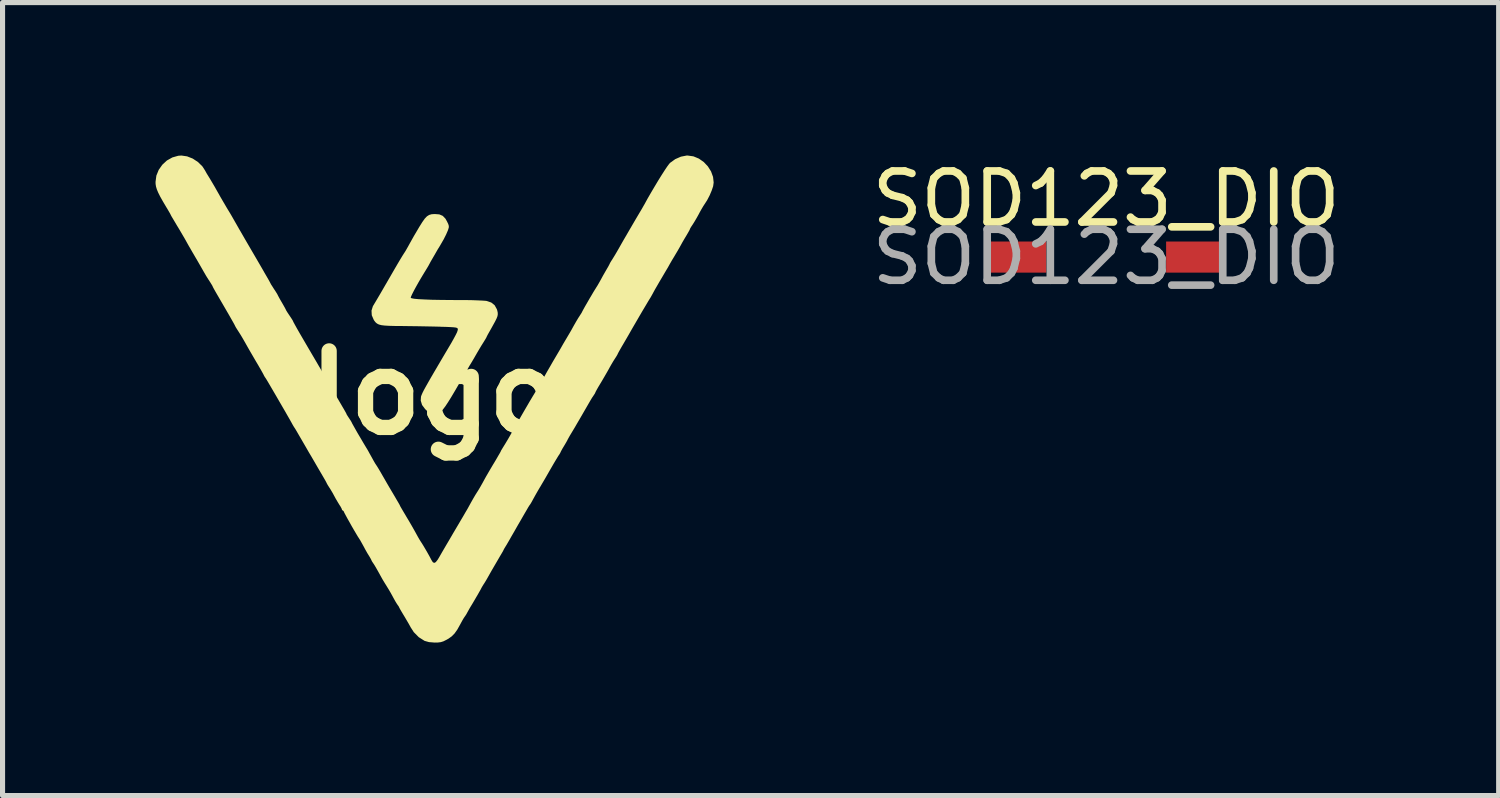
<source format=kicad_pcb>
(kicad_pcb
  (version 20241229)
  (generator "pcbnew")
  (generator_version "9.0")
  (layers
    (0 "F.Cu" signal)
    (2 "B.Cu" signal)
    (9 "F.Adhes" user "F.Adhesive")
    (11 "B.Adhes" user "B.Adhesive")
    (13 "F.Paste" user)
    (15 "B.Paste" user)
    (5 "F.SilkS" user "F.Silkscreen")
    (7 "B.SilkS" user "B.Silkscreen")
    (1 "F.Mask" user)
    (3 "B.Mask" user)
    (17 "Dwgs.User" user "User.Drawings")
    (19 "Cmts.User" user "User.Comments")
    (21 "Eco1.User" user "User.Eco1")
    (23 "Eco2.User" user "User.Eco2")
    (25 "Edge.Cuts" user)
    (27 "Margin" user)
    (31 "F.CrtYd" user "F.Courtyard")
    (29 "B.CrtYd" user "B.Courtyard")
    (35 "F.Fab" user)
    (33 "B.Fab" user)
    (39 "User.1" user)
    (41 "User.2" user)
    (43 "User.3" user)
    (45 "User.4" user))
  (footprint "logo"
    (layer "F.Cu")
    (at 5.475 4.653)
    (property "Reference" "logo" (at 0 0 0) (layer "F.SilkS") (effects (font (size 1.5 1.5) (thickness 0.3))))
    (attr board_only exclude_from_pos_files exclude_from_bom)
    (fp_poly (pts (xy 0.09 -3.499) (xy 0.157 -3.47) (xy 0.209 -3.416) (xy 0.239 -3.363) (xy 0.265 -3.309) (xy 0.276 -3.272) (xy 0.275 -3.24) (xy 0.262 -3.198) (xy 0.258 -3.186) (xy 0.224 -3.107) (xy 0.175 -3.01) (xy 0.115 -2.906) (xy 0.088 -2.86) (xy 0.062 -2.819) (xy 0.028 -2.76) (xy -0.011 -2.692) (xy -0.05 -2.625) (xy -0.083 -2.568) (xy -0.104 -2.528) (xy -0.109 -2.519) (xy -0.123 -2.493) (xy -0.151 -2.446) (xy -0.188 -2.385) (xy -0.208 -2.353) (xy -0.261 -2.265) (xy -0.315 -2.173) (xy -0.365 -2.084) (xy -0.409 -2.003) (xy -0.443 -1.936) (xy -0.465 -1.887) (xy -0.472 -1.865) (xy -0.455 -1.855) (xy -0.404 -1.845) (xy -0.32 -1.837) (xy -0.205 -1.831) (xy -0.06 -1.825) (xy 0.115 -1.822) (xy 0.318 -1.82) (xy 0.49 -1.819) (xy 0.616 -1.819) (xy 0.735 -1.817) (xy 0.841 -1.813) (xy 0.929 -1.809) (xy 0.992 -1.805) (xy 1.016 -1.802) (xy 1.108 -1.771) (xy 1.175 -1.717) (xy 1.218 -1.639) (xy 1.225 -1.617) (xy 1.234 -1.578) (xy 1.236 -1.542) (xy 1.23 -1.504) (xy 1.212 -1.457) (xy 1.181 -1.395) (xy 1.135 -1.312) (xy 1.108 -1.263) (xy 1.07 -1.196) (xy 1.039 -1.141) (xy 1.02 -1.104) (xy 1.015 -1.092) (xy 1.006 -1.074) (xy 0.983 -1.036) (xy 0.956 -0.992) (xy 0.918 -0.932) (xy 0.872 -0.855) (xy 0.827 -0.779) (xy 0.822 -0.77) (xy 0.775 -0.688) (xy 0.722 -0.598) (xy 0.674 -0.519) (xy 0.673 -0.516) (xy 0.634 -0.45) (xy 0.584 -0.365) (xy 0.531 -0.274) (xy 0.49 -0.201) (xy 0.399 -0.044) (xy 0.323 0.084) (xy 0.26 0.185) (xy 0.209 0.262) (xy 0.169 0.315) (xy 0.137 0.348) (xy 0.121 0.359) (xy 0.075 0.374) (xy 0.012 0.383) (xy -0.025 0.385) (xy -0.085 0.383) (xy -0.125 0.371) (xy -0.162 0.345) (xy -0.19 0.317) (xy -0.249 0.238) (xy -0.275 0.152) (xy -0.27 0.075) (xy -0.263 0.054) (xy -0.252 0.027) (xy -0.236 -0.009) (xy -0.212 -0.056) (xy -0.179 -0.116) (xy -0.136 -0.192) (xy -0.082 -0.287) (xy -0.015 -0.402) (xy 0.066 -0.54) (xy 0.163 -0.705) (xy 0.253 -0.857) (xy 0.323 -0.975) (xy 0.375 -1.068) (xy 0.412 -1.137) (xy 0.437 -1.188) (xy 0.449 -1.224) (xy 0.453 -1.248) (xy 0.452 -1.253) (xy 0.447 -1.264) (xy 0.436 -1.273) (xy 0.412 -1.28) (xy 0.372 -1.285) (xy 0.311 -1.289) (xy 0.224 -1.293) (xy 0.107 -1.296) (xy 0.105 -1.297) (xy -0.023 -1.3) (xy -0.174 -1.303) (xy -0.335 -1.306) (xy -0.493 -1.308) (xy -0.635 -1.31) (xy -0.779 -1.311) (xy -0.893 -1.314) (xy -0.981 -1.319) (xy -1.047 -1.327) (xy -1.096 -1.34) (xy -1.133 -1.359) (xy -1.161 -1.383) (xy -1.186 -1.415) (xy -1.197 -1.433) (xy -1.235 -1.521) (xy -1.24 -1.613) (xy -1.213 -1.699) (xy -1.204 -1.714) (xy -1.168 -1.774) (xy -1.117 -1.86) (xy -1.053 -1.969) (xy -0.979 -2.097) (xy -0.896 -2.24) (xy -0.866 -2.292) (xy -0.788 -2.427) (xy -0.725 -2.535) (xy -0.675 -2.619) (xy -0.637 -2.682) (xy -0.608 -2.728) (xy -0.596 -2.746) (xy -0.573 -2.782) (xy -0.541 -2.838) (xy -0.504 -2.904) (xy -0.495 -2.921) (xy -0.457 -2.989) (xy -0.408 -3.076) (xy -0.353 -3.169) (xy -0.303 -3.254) (xy -0.244 -3.348) (xy -0.196 -3.416) (xy -0.153 -3.461) (xy -0.11 -3.488) (xy -0.062 -3.502) (xy -0.003 -3.506) (xy 0 -3.506)) (stroke (width 0) (type solid)) (fill yes) (layer "F.SilkS"))
    (fp_poly (pts (xy 5.073 -4.637) (xy 5.179 -4.593) (xy 5.275 -4.526) (xy 5.356 -4.44) (xy 5.418 -4.341) (xy 5.457 -4.234) (xy 5.469 -4.125) (xy 5.459 -4.051) (xy 5.431 -3.968) (xy 5.39 -3.871) (xy 5.341 -3.777) (xy 5.292 -3.701) (xy 5.291 -3.7) (xy 5.265 -3.66) (xy 5.229 -3.599) (xy 5.191 -3.531) (xy 5.181 -3.511) (xy 5.14 -3.437) (xy 5.098 -3.365) (xy 5.062 -3.307) (xy 5.056 -3.298) (xy 5.026 -3.253) (xy 5.007 -3.22) (xy 5.003 -3.209) (xy 4.995 -3.19) (xy 4.972 -3.149) (xy 4.943 -3.099) (xy 4.901 -3.029) (xy 4.857 -2.954) (xy 4.833 -2.91) (xy 4.802 -2.854) (xy 4.76 -2.781) (xy 4.713 -2.702) (xy 4.693 -2.668) (xy 4.654 -2.604) (xy 4.624 -2.552) (xy 4.605 -2.519) (xy 4.601 -2.511) (xy 4.592 -2.495) (xy 4.569 -2.454) (xy 4.533 -2.394) (xy 4.489 -2.319) (xy 4.456 -2.263) (xy 4.405 -2.177) (xy 4.359 -2.097) (xy 4.32 -2.03) (xy 4.294 -1.983) (xy 4.286 -1.968) (xy 4.26 -1.92) (xy 4.227 -1.862) (xy 4.216 -1.845) (xy 4.184 -1.793) (xy 4.138 -1.715) (xy 4.08 -1.618) (xy 4.015 -1.507) (xy 3.946 -1.388) (xy 3.875 -1.266) (xy 3.807 -1.147) (xy 3.798 -1.131) (xy 3.77 -1.083) (xy 3.731 -1.016) (xy 3.688 -0.942) (xy 3.671 -0.914) (xy 3.635 -0.851) (xy 3.606 -0.799) (xy 3.589 -0.767) (xy 3.586 -0.759) (xy 3.577 -0.741) (xy 3.554 -0.703) (xy 3.537 -0.677) (xy 3.503 -0.624) (xy 3.462 -0.555) (xy 3.422 -0.484) (xy 3.421 -0.481) (xy 3.382 -0.412) (xy 3.333 -0.327) (xy 3.281 -0.238) (xy 3.251 -0.188) (xy 3.21 -0.12) (xy 3.177 -0.062) (xy 3.156 -0.023) (xy 3.149 -0.007) (xy 3.14 0.013) (xy 3.117 0.048) (xy 3.116 0.05) (xy 3.084 0.097) (xy 3.051 0.152) (xy 3.048 0.157) (xy 2.962 0.306) (xy 2.892 0.427) (xy 2.834 0.527) (xy 2.787 0.607) (xy 2.749 0.673) (xy 2.716 0.728) (xy 2.687 0.776) (xy 2.683 0.783) (xy 2.648 0.841) (xy 2.622 0.887) (xy 2.608 0.913) (xy 2.606 0.916) (xy 2.598 0.934) (xy 2.576 0.973) (xy 2.544 1.027) (xy 2.537 1.039) (xy 2.503 1.095) (xy 2.479 1.139) (xy 2.467 1.163) (xy 2.467 1.165) (xy 2.457 1.185) (xy 2.435 1.22) (xy 2.432 1.223) (xy 2.412 1.255) (xy 2.378 1.311) (xy 2.335 1.383) (xy 2.287 1.466) (xy 2.269 1.497) (xy 2.215 1.591) (xy 2.16 1.687) (xy 2.108 1.775) (xy 2.067 1.845) (xy 2.061 1.854) (xy 2.017 1.929) (xy 1.972 2.008) (xy 1.936 2.073) (xy 1.931 2.082) (xy 1.903 2.134) (xy 1.881 2.172) (xy 1.871 2.187) (xy 1.857 2.206) (xy 1.833 2.244) (xy 1.821 2.265) (xy 1.788 2.322) (xy 1.743 2.399) (xy 1.692 2.488) (xy 1.637 2.582) (xy 1.584 2.675) (xy 1.536 2.759) (xy 1.497 2.826) (xy 1.473 2.869) (xy 1.437 2.931) (xy 1.4 2.994) (xy 1.388 3.013) (xy 1.363 3.054) (xy 1.349 3.081) (xy 1.347 3.085) (xy 1.339 3.102) (xy 1.316 3.142) (xy 1.282 3.199) (xy 1.253 3.249) (xy 1.113 3.489) (xy 1.024 3.647) (xy 1.003 3.683) (xy 0.973 3.732) (xy 0.957 3.756) (xy 0.93 3.8) (xy 0.913 3.83) (xy 0.91 3.837) (xy 0.901 3.854) (xy 0.879 3.893) (xy 0.848 3.948) (xy 0.811 4.011) (xy 0.773 4.076) (xy 0.739 4.134) (xy 0.711 4.18) (xy 0.7 4.198) (xy 0.681 4.23) (xy 0.655 4.277) (xy 0.645 4.295) (xy 0.618 4.344) (xy 0.593 4.382) (xy 0.586 4.391) (xy 0.568 4.418) (xy 0.539 4.467) (xy 0.506 4.528) (xy 0.498 4.543) (xy 0.442 4.643) (xy 0.389 4.718) (xy 0.334 4.774) (xy 0.27 4.82) (xy 0.231 4.842) (xy 0.169 4.873) (xy 0.117 4.889) (xy 0.059 4.896) (xy -0.002 4.897) (xy -0.113 4.888) (xy -0.195 4.865) (xy -0.199 4.864) (xy -0.313 4.792) (xy -0.411 4.693) (xy -0.471 4.6) (xy -0.509 4.531) (xy -0.557 4.449) (xy -0.605 4.368) (xy -0.615 4.352) (xy -0.652 4.29) (xy -0.681 4.24) (xy -0.697 4.209) (xy -0.7 4.203) (xy -0.71 4.183) (xy -0.724 4.165) (xy -0.743 4.137) (xy -0.773 4.088) (xy -0.808 4.025) (xy -0.823 3.997) (xy -0.863 3.924) (xy -0.904 3.854) (xy -0.938 3.799) (xy -0.945 3.787) (xy -0.979 3.733) (xy -1.02 3.665) (xy -1.05 3.612) (xy -1.099 3.523) (xy -1.135 3.459) (xy -1.161 3.414) (xy -1.18 3.382) (xy -1.196 3.357) (xy -1.209 3.338) (xy -1.232 3.303) (xy -1.242 3.282) (xy -1.242 3.281) (xy -1.251 3.262) (xy -1.273 3.223) (xy -1.289 3.197) (xy -1.323 3.142) (xy -1.363 3.071) (xy -1.396 3.009) (xy -1.431 2.946) (xy -1.463 2.889) (xy -1.487 2.851) (xy -1.487 2.851) (xy -1.51 2.816) (xy -1.543 2.76) (xy -1.584 2.691) (xy -1.629 2.613) (xy -1.673 2.534) (xy -1.715 2.46) (xy -1.749 2.397) (xy -1.774 2.35) (xy -1.784 2.326) (xy -1.784 2.325) (xy -1.798 2.31) (xy -1.802 2.309) (xy -1.819 2.296) (xy -1.819 2.29) (xy -1.828 2.266) (xy -1.851 2.224) (xy -1.868 2.199) (xy -1.904 2.14) (xy -1.945 2.07) (xy -1.967 2.029) (xy -2.004 1.961) (xy -2.045 1.892) (xy -2.067 1.858) (xy -2.095 1.814) (xy -2.113 1.783) (xy -2.117 1.775) (xy -2.125 1.758) (xy -2.147 1.717) (xy -2.18 1.66) (xy -2.207 1.614) (xy -2.29 1.472) (xy -2.359 1.353) (xy -2.417 1.253) (xy -2.469 1.166) (xy -2.516 1.084) (xy -2.563 1.003) (xy -2.607 0.927) (xy -2.653 0.848) (xy -2.693 0.779) (xy -2.724 0.726) (xy -2.743 0.695) (xy -2.746 0.691) (xy -2.762 0.667) (xy -2.788 0.623) (xy -2.808 0.586) (xy -2.823 0.56) (xy -2.841 0.527) (xy -2.864 0.487) (xy -2.894 0.435) (xy -2.932 0.368) (xy -2.981 0.284) (xy -3.042 0.179) (xy -3.116 0.051) (xy -3.206 -0.103) (xy -3.243 -0.166) (xy -3.277 -0.224) (xy -3.305 -0.27) (xy -3.321 -0.295) (xy -3.323 -0.297) (xy -3.337 -0.318) (xy -3.357 -0.355) (xy -3.358 -0.359) (xy -3.38 -0.399) (xy -3.413 -0.458) (xy -3.451 -0.523) (xy -3.457 -0.534) (xy -3.518 -0.637) (xy -3.572 -0.73) (xy -3.628 -0.826) (xy -3.692 -0.938) (xy -3.7 -0.953) (xy -3.745 -1.032) (xy -3.778 -1.089) (xy -3.805 -1.134) (xy -3.831 -1.175) (xy -3.861 -1.222) (xy -3.87 -1.236) (xy -3.898 -1.28) (xy -3.915 -1.311) (xy -3.918 -1.318) (xy -3.927 -1.336) (xy -3.95 -1.378) (xy -3.985 -1.44) (xy -4.029 -1.517) (xy -4.069 -1.586) (xy -4.149 -1.724) (xy -4.213 -1.834) (xy -4.263 -1.92) (xy -4.3 -1.984) (xy -4.326 -2.03) (xy -4.343 -2.061) (xy -4.352 -2.079) (xy -4.356 -2.088) (xy -4.356 -2.089) (xy -4.365 -2.107) (xy -4.388 -2.144) (xy -4.406 -2.173) (xy -4.444 -2.231) (xy -4.481 -2.29) (xy -4.492 -2.309) (xy -4.524 -2.364) (xy -4.565 -2.436) (xy -4.612 -2.518) (xy -4.661 -2.603) (xy -4.708 -2.683) (xy -4.749 -2.753) (xy -4.779 -2.805) (xy -4.794 -2.832) (xy -4.818 -2.872) (xy -4.85 -2.929) (xy -4.875 -2.974) (xy -4.904 -3.026) (xy -4.947 -3.099) (xy -4.996 -3.183) (xy -5.048 -3.269) (xy -5.053 -3.277) (xy -5.098 -3.353) (xy -5.136 -3.417) (xy -5.164 -3.464) (xy -5.177 -3.489) (xy -5.178 -3.491) (xy -5.186 -3.508) (xy -5.209 -3.548) (xy -5.241 -3.603) (xy -5.26 -3.634) (xy -5.331 -3.754) (xy -5.385 -3.85) (xy -5.424 -3.928) (xy -5.45 -3.991) (xy -5.466 -4.045) (xy -5.474 -4.096) (xy -5.475 -4.137) (xy -5.459 -4.259) (xy -5.413 -4.372) (xy -5.342 -4.473) (xy -5.252 -4.556) (xy -5.145 -4.616) (xy -5.029 -4.649) (xy -4.966 -4.653) (xy -4.856 -4.637) (xy -4.745 -4.593) (xy -4.642 -4.525) (xy -4.556 -4.44) (xy -4.505 -4.361) (xy -4.473 -4.303) (xy -4.434 -4.24) (xy -4.425 -4.225) (xy -4.4 -4.184) (xy -4.362 -4.12) (xy -4.316 -4.042) (xy -4.267 -3.955) (xy -4.251 -3.927) (xy -4.199 -3.835) (xy -4.146 -3.744) (xy -4.098 -3.662) (xy -4.061 -3.599) (xy -4.054 -3.588) (xy -4.013 -3.521) (xy -3.974 -3.454) (xy -3.946 -3.405) (xy -3.92 -3.359) (xy -3.882 -3.293) (xy -3.839 -3.217) (xy -3.809 -3.166) (xy -3.718 -3.008) (xy -3.641 -2.876) (xy -3.577 -2.766) (xy -3.522 -2.672) (xy -3.475 -2.591) (xy -3.433 -2.519) (xy -3.393 -2.45) (xy -3.353 -2.381) (xy -3.344 -2.364) (xy -3.299 -2.287) (xy -3.261 -2.221) (xy -3.234 -2.172) (xy -3.22 -2.145) (xy -3.219 -2.143) (xy -3.21 -2.126) (xy -3.186 -2.089) (xy -3.153 -2.037) (xy -3.149 -2.031) (xy -3.115 -1.979) (xy -3.09 -1.938) (xy -3.079 -1.918) (xy -3.079 -1.917) (xy -3.07 -1.899) (xy -3.048 -1.858) (xy -3.016 -1.802) (xy -3 -1.775) (xy -2.965 -1.714) (xy -2.938 -1.666) (xy -2.923 -1.637) (xy -2.921 -1.632) (xy -2.912 -1.614) (xy -2.888 -1.575) (xy -2.854 -1.524) (xy -2.851 -1.52) (xy -2.817 -1.469) (xy -2.792 -1.43) (xy -2.781 -1.411) (xy -2.781 -1.411) (xy -2.773 -1.391) (xy -2.747 -1.343) (xy -2.706 -1.269) (xy -2.65 -1.171) (xy -2.58 -1.051) (xy -2.498 -0.91) (xy -2.441 -0.813) (xy -2.38 -0.709) (xy -2.321 -0.609) (xy -2.27 -0.521) (xy -2.228 -0.449) (xy -2.199 -0.399) (xy -2.191 -0.385) (xy -2.166 -0.34) (xy -2.126 -0.271) (xy -2.077 -0.185) (xy -2.021 -0.089) (xy -1.962 0.012) (xy -1.905 0.11) (xy -1.853 0.199) (xy -1.81 0.273) (xy -1.782 0.32) (xy -1.755 0.368) (xy -1.736 0.402) (xy -1.732 0.413) (xy -1.723 0.432) (xy -1.699 0.469) (xy -1.679 0.499) (xy -1.65 0.543) (xy -1.631 0.575) (xy -1.627 0.585) (xy -1.618 0.603) (xy -1.594 0.646) (xy -1.558 0.71) (xy -1.512 0.791) (xy -1.458 0.882) (xy -1.4 0.981) (xy -1.34 1.081) (xy -1.328 1.1) (xy -1.306 1.138) (xy -1.275 1.195) (xy -1.239 1.259) (xy -1.234 1.268) (xy -1.2 1.33) (xy -1.17 1.382) (xy -1.149 1.414) (xy -1.147 1.417) (xy -1.131 1.441) (xy -1.101 1.49) (xy -1.062 1.556) (xy -1.018 1.633) (xy -1.006 1.653) (xy -0.95 1.751) (xy -0.889 1.856) (xy -0.829 1.957) (xy -0.784 2.033) (xy -0.744 2.102) (xy -0.711 2.158) (xy -0.689 2.197) (xy -0.682 2.212) (xy -0.674 2.229) (xy -0.65 2.27) (xy -0.615 2.33) (xy -0.572 2.402) (xy -0.563 2.418) (xy -0.509 2.508) (xy -0.453 2.604) (xy -0.403 2.692) (xy -0.368 2.755) (xy -0.332 2.821) (xy -0.3 2.876) (xy -0.277 2.913) (xy -0.272 2.921) (xy -0.252 2.951) (xy -0.22 3.003) (xy -0.181 3.069) (xy -0.14 3.14) (xy -0.102 3.208) (xy -0.072 3.265) (xy -0.066 3.277) (xy -0.038 3.321) (xy -0.011 3.335) (xy 0.02 3.32) (xy 0.057 3.273) (xy 0.085 3.227) (xy 0.141 3.129) (xy 0.211 3.009) (xy 0.29 2.875) (xy 0.372 2.734) (xy 0.455 2.594) (xy 0.509 2.502) (xy 0.557 2.421) (xy 0.599 2.348) (xy 0.633 2.291) (xy 0.654 2.254) (xy 0.657 2.248) (xy 0.711 2.15) (xy 0.759 2.065) (xy 0.798 1.999) (xy 0.823 1.959) (xy 0.85 1.917) (xy 0.886 1.857) (xy 0.932 1.776) (xy 0.98 1.688) (xy 1.006 1.641) (xy 1.046 1.572) (xy 1.094 1.49) (xy 1.146 1.402) (xy 1.161 1.378) (xy 1.208 1.299) (xy 1.247 1.231) (xy 1.277 1.18) (xy 1.293 1.151) (xy 1.294 1.146) (xy 1.303 1.128) (xy 1.326 1.09) (xy 1.353 1.046) (xy 1.39 0.986) (xy 1.436 0.909) (xy 1.481 0.831) (xy 1.491 0.813) (xy 1.544 0.719) (xy 1.607 0.609) (xy 1.675 0.49) (xy 1.744 0.37) (xy 1.81 0.257) (xy 1.867 0.159) (xy 1.912 0.084) (xy 1.913 0.082) (xy 1.965 -0.004) (xy 2.005 -0.071) (xy 2.04 -0.131) (xy 2.076 -0.193) (xy 2.119 -0.269) (xy 2.156 -0.332) (xy 2.207 -0.423) (xy 2.264 -0.521) (xy 2.316 -0.612) (xy 2.345 -0.661) (xy 2.388 -0.734) (xy 2.43 -0.805) (xy 2.464 -0.863) (xy 2.473 -0.879) (xy 2.523 -0.967) (xy 2.586 -1.073) (xy 2.648 -1.178) (xy 2.675 -1.224) (xy 2.709 -1.286) (xy 2.733 -1.329) (xy 2.772 -1.397) (xy 2.813 -1.466) (xy 2.836 -1.501) (xy 2.864 -1.545) (xy 2.883 -1.575) (xy 2.886 -1.582) (xy 2.895 -1.6) (xy 2.917 -1.641) (xy 2.95 -1.7) (xy 2.99 -1.769) (xy 3.033 -1.844) (xy 3.076 -1.916) (xy 3.114 -1.981) (xy 3.145 -2.031) (xy 3.164 -2.061) (xy 3.164 -2.062) (xy 3.189 -2.101) (xy 3.222 -2.158) (xy 3.258 -2.222) (xy 3.258 -2.222) (xy 3.298 -2.296) (xy 3.342 -2.373) (xy 3.374 -2.428) (xy 3.403 -2.478) (xy 3.422 -2.514) (xy 3.429 -2.528) (xy 3.437 -2.546) (xy 3.46 -2.584) (xy 3.488 -2.628) (xy 3.525 -2.688) (xy 3.57 -2.764) (xy 3.615 -2.842) (xy 3.625 -2.86) (xy 3.66 -2.922) (xy 3.707 -3.004) (xy 3.762 -3.098) (xy 3.821 -3.2) (xy 3.88 -3.301) (xy 3.936 -3.397) (xy 3.985 -3.48) (xy 4.023 -3.544) (xy 4.043 -3.577) (xy 4.073 -3.629) (xy 4.106 -3.687) (xy 4.111 -3.695) (xy 4.175 -3.812) (xy 4.245 -3.933) (xy 4.316 -4.053) (xy 4.385 -4.168) (xy 4.451 -4.274) (xy 4.51 -4.366) (xy 4.559 -4.439) (xy 4.597 -4.49) (xy 4.615 -4.51) (xy 4.715 -4.582) (xy 4.827 -4.631) (xy 4.939 -4.653) (xy 4.96 -4.653)) (stroke (width 0) (type solid)) (fill yes) (layer "F.SilkS")))
  (footprint "SOD123_DIO"
    (layer "F.Cu")
    (at 18.641 1.991)
    (property "Reference" "SOD123_DIO" (at 0 -1.143 0) (unlocked yes) (layer "F.SilkS") (effects (font (size 1 1) (thickness 0.15))))
    (attr smd)
    (fp_text user "${REFERENCE}" (at 0 0 0) (unlocked yes) (layer "F.Fab") (effects (font (size 1 1) (thickness 0.15))))
    (pad "1" smd rect (at -1.725 0) (size 1.1 0.61) (layers "F.Cu" "F.Mask" "F.Paste"))
    (pad "2" smd rect (at 1.725 0) (size 1.1 0.61) (layers "F.Cu" "F.Mask" "F.Paste")))
  (gr_rect
    (start -3 -3)
    (end 26.337 12.55)
    (stroke (width 0.1) (type default))
    (fill no)
    (layer "Edge.Cuts")))
</source>
